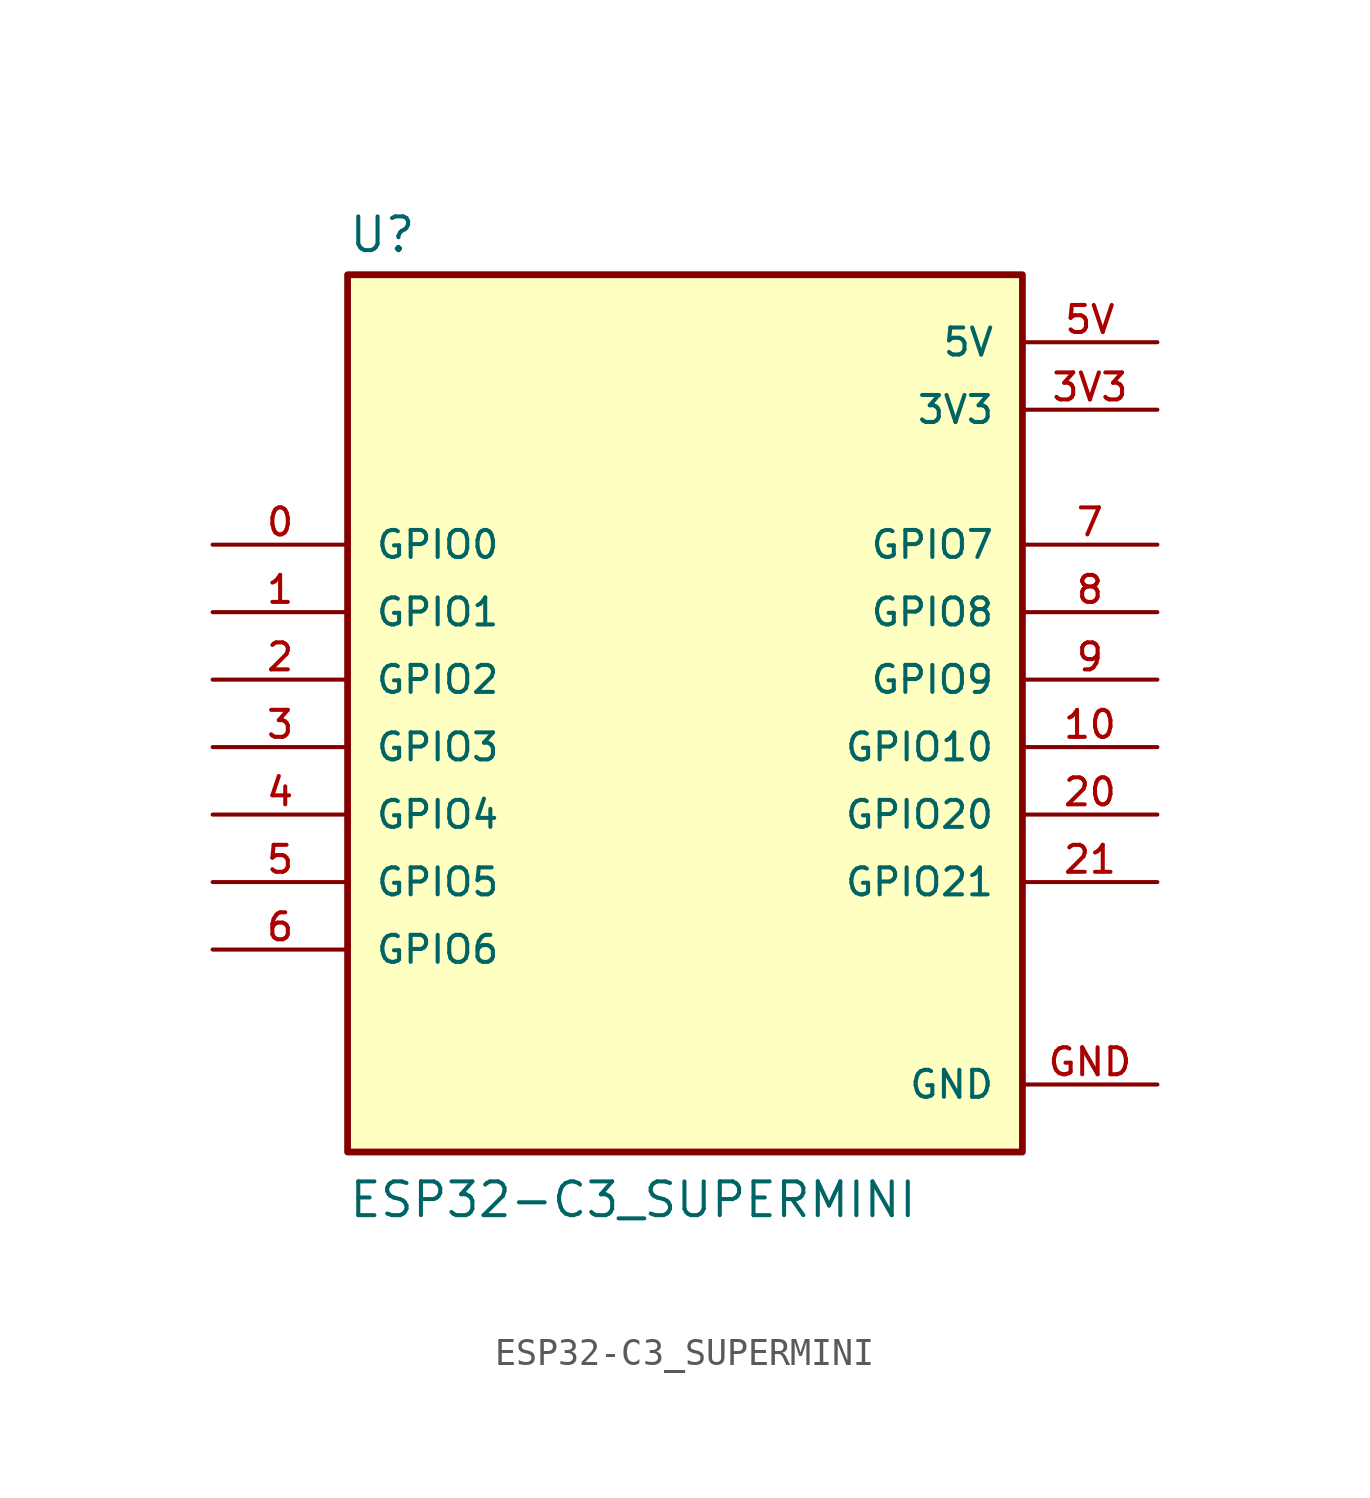
<source format=kicad_sym>
(kicad_symbol_lib
  (version 20231120)
  (generator "kicad_symbol_editor")
  (generator_version "8.0")
  (symbol "ESP32-C3_SUPERMINI"
    (pin_names
      (offset 1.016))
    (property "Reference" "U"
      (at -12.7 16.002 0)
      (effects (font (size 1.27 1.27)) (justify left bottom)))
    (property "Value" "ESP32-C3_SUPERMINI"
      (at -12.7 -20.32 0)
      (effects (font (size 1.27 1.27)) (justify left bottom)))
    (symbol "ESP32-C3_SUPERMINI_0_0"
      (rectangle (start -12.7 -17.78) (end 12.7 15.24) (stroke (width 0.254) (type default)) (fill (type background)))
      (pin bidirectional line (at -17.78 5.08 0) (length 5.08) (name "GPIO0" (effects (font (size 1.016 1.016)))) (number "0" (effects (font (size 1.016 1.016)))))
      (pin bidirectional line (at -17.78 2.54 0) (length 5.08) (name "GPIO1" (effects (font (size 1.016 1.016)))) (number "1" (effects (font (size 1.016 1.016)))))
      (pin bidirectional line (at 17.78 -2.54 180) (length 5.08) (name "GPIO10" (effects (font (size 1.016 1.016)))) (number "10" (effects (font (size 1.016 1.016)))))
      (pin bidirectional line (at -17.78 0 0) (length 5.08) (name "GPIO2" (effects (font (size 1.016 1.016)))) (number "2" (effects (font (size 1.016 1.016)))))
      (pin bidirectional line (at 17.78 -5.08 180) (length 5.08) (name "GPIO20" (effects (font (size 1.016 1.016)))) (number "20" (effects (font (size 1.016 1.016)))))
      (pin bidirectional line (at 17.78 -7.62 180) (length 5.08) (name "GPIO21" (effects (font (size 1.016 1.016)))) (number "21" (effects (font (size 1.016 1.016)))))
      (pin bidirectional line (at -17.78 -2.54 0) (length 5.08) (name "GPIO3" (effects (font (size 1.016 1.016)))) (number "3" (effects (font (size 1.016 1.016)))))
      (pin bidirectional line (at -17.78 -5.08 0) (length 5.08) (name "GPIO4" (effects (font (size 1.016 1.016)))) (number "4" (effects (font (size 1.016 1.016)))))
      (pin bidirectional line (at -17.78 -7.62 0) (length 5.08) (name "GPIO5" (effects (font (size 1.016 1.016)))) (number "5" (effects (font (size 1.016 1.016)))))
      (pin power_in line (at 17.78 12.7 180) (length 5.08) (name "5V" (effects (font (size 1.016 1.016)))) (number "5V" (effects (font (size 1.016 1.016)))))
      (pin bidirectional line (at -17.78 -10.16 0) (length 5.08) (name "GPIO6" (effects (font (size 1.016 1.016)))) (number "6" (effects (font (size 1.016 1.016)))))
      (pin bidirectional line (at 17.78 5.08 180) (length 5.08) (name "GPIO7" (effects (font (size 1.016 1.016)))) (number "7" (effects (font (size 1.016 1.016)))))
      (pin bidirectional line (at 17.78 2.54 180) (length 5.08) (name "GPIO8" (effects (font (size 1.016 1.016)))) (number "8" (effects (font (size 1.016 1.016)))))
      (pin bidirectional line (at 17.78 0 180) (length 5.08) (name "GPIO9" (effects (font (size 1.016 1.016)))) (number "9" (effects (font (size 1.016 1.016))))))
    (symbol "ESP32-C3_SUPERMINI_1_0"
      (pin power_in line (at 17.78 10.16 180) (length 5.08) (name "3V3" (effects (font (size 1.016 1.016)))) (number "3V3" (effects (font (size 1.016 1.016)))))
      (pin power_in line (at 17.78 -15.24 180) (length 5.08) (name "GND" (effects (font (size 1.016 1.016)))) (number "GND" (effects (font (size 1.016 1.016))))))))
</source>
